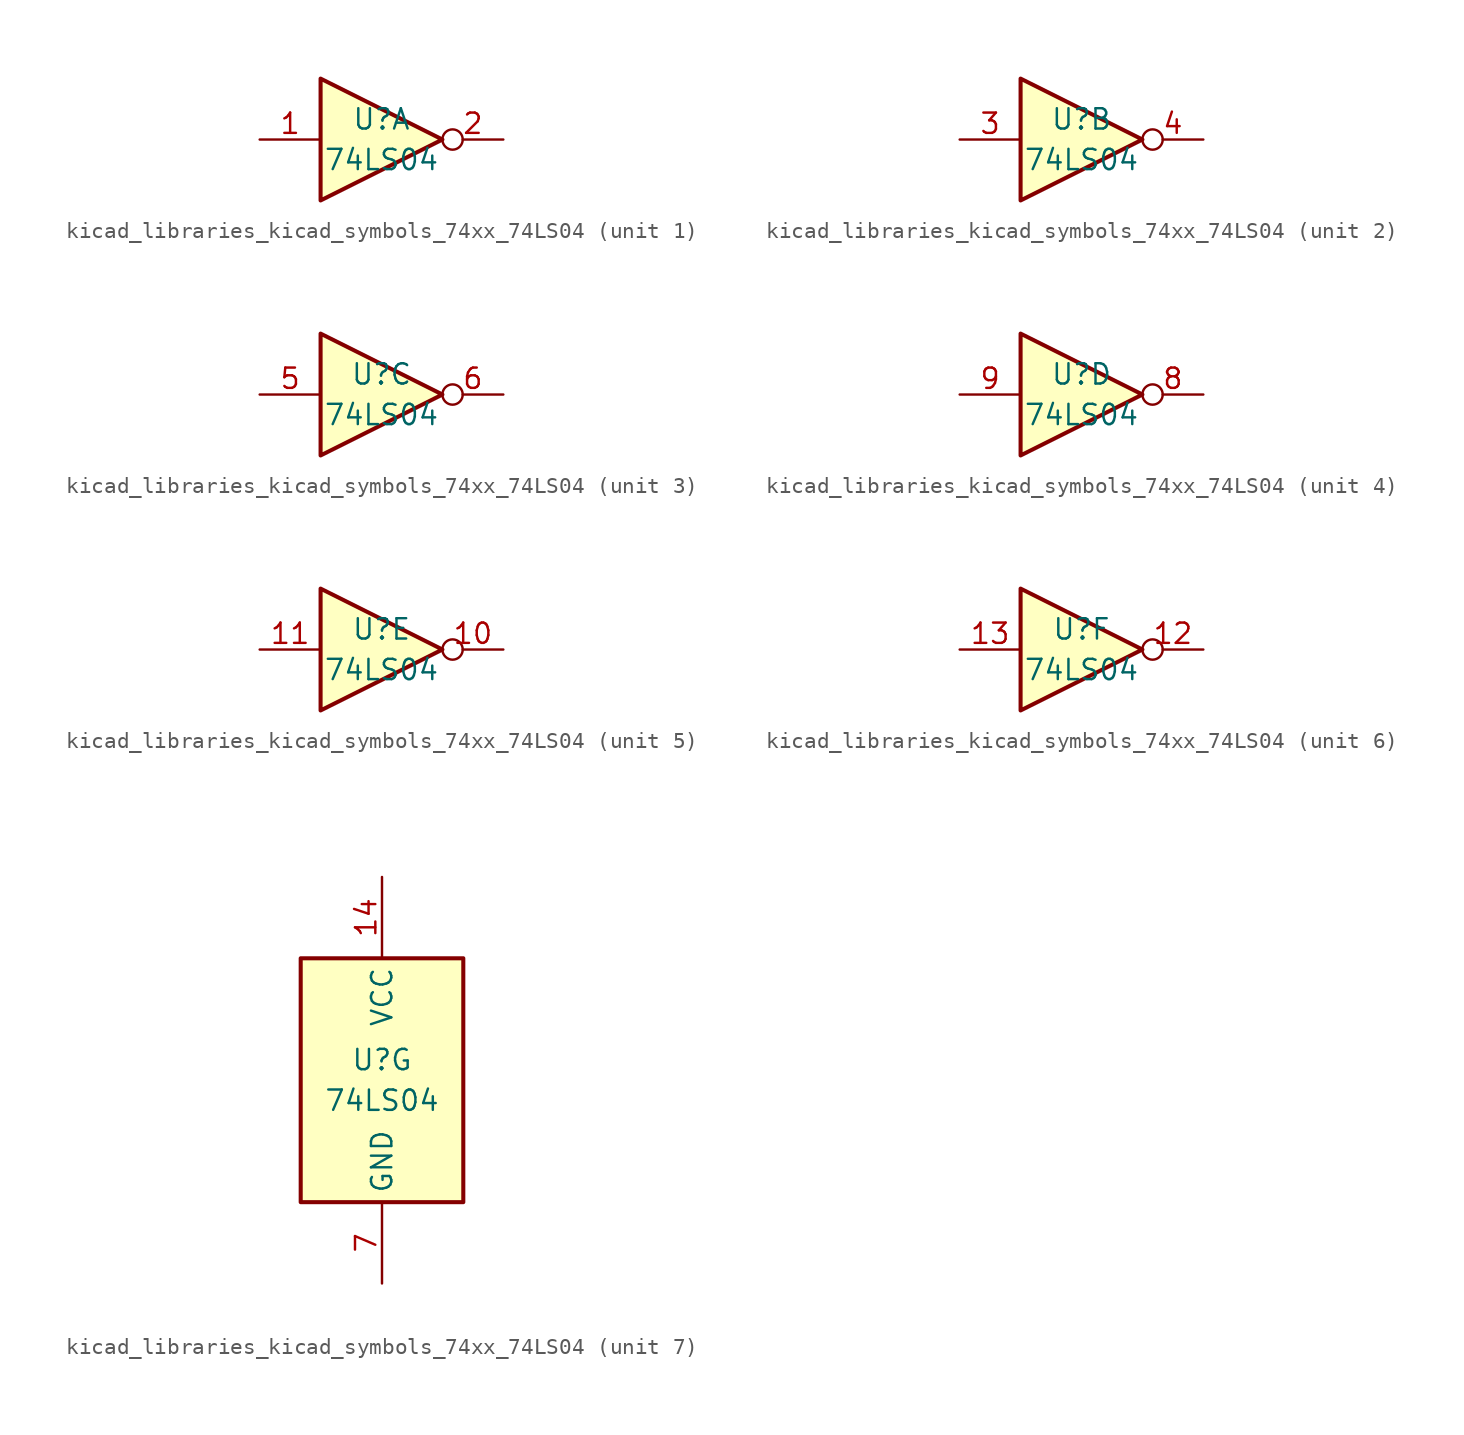
<source format=kicad_sym>
(kicad_symbol_lib
  (version 20220914)
  (generator kicad_symbol_editor)
  (symbol "kicad_libraries_kicad_symbols_74xx_74LS04"
    (property "Reference" "U"
      (at 0 1.27 0)
      (effects (font (size 1.27 1.27))))
    (property "Value" "74LS04"
      (at 0 -1.27 0)
      (effects (font (size 1.27 1.27))))
    (property "ki_locked" ""
      (at 0 0 0)
      (effects (font (size 1.27 1.27))))
    (symbol "kicad_libraries_kicad_symbols_74xx_74LS04_1_0"
      (polyline (pts (xy -3.81 3.81) (xy -3.81 -3.81) (xy 3.81 0) (xy -3.81 3.81)) (stroke (width 0.254) (type default)) (fill (type background)))
      (pin input line (at -7.62 0 0) (length 3.81) (name "~" (effects (font (size 1.27 1.27)))) (number "1" (effects (font (size 1.27 1.27)))))
      (pin output inverted (at 7.62 0 180) (length 3.81) (name "~" (effects (font (size 1.27 1.27)))) (number "2" (effects (font (size 1.27 1.27))))))
    (symbol "kicad_libraries_kicad_symbols_74xx_74LS04_2_0"
      (polyline (pts (xy -3.81 3.81) (xy -3.81 -3.81) (xy 3.81 0) (xy -3.81 3.81)) (stroke (width 0.254) (type default)) (fill (type background)))
      (pin input line (at -7.62 0 0) (length 3.81) (name "~" (effects (font (size 1.27 1.27)))) (number "3" (effects (font (size 1.27 1.27)))))
      (pin output inverted (at 7.62 0 180) (length 3.81) (name "~" (effects (font (size 1.27 1.27)))) (number "4" (effects (font (size 1.27 1.27))))))
    (symbol "kicad_libraries_kicad_symbols_74xx_74LS04_3_0"
      (polyline (pts (xy -3.81 3.81) (xy -3.81 -3.81) (xy 3.81 0) (xy -3.81 3.81)) (stroke (width 0.254) (type default)) (fill (type background)))
      (pin input line (at -7.62 0 0) (length 3.81) (name "~" (effects (font (size 1.27 1.27)))) (number "5" (effects (font (size 1.27 1.27)))))
      (pin output inverted (at 7.62 0 180) (length 3.81) (name "~" (effects (font (size 1.27 1.27)))) (number "6" (effects (font (size 1.27 1.27))))))
    (symbol "kicad_libraries_kicad_symbols_74xx_74LS04_4_0"
      (polyline (pts (xy -3.81 3.81) (xy -3.81 -3.81) (xy 3.81 0) (xy -3.81 3.81)) (stroke (width 0.254) (type default)) (fill (type background)))
      (pin output inverted (at 7.62 0 180) (length 3.81) (name "~" (effects (font (size 1.27 1.27)))) (number "8" (effects (font (size 1.27 1.27)))))
      (pin input line (at -7.62 0 0) (length 3.81) (name "~" (effects (font (size 1.27 1.27)))) (number "9" (effects (font (size 1.27 1.27))))))
    (symbol "kicad_libraries_kicad_symbols_74xx_74LS04_5_0"
      (polyline (pts (xy -3.81 3.81) (xy -3.81 -3.81) (xy 3.81 0) (xy -3.81 3.81)) (stroke (width 0.254) (type default)) (fill (type background)))
      (pin output inverted (at 7.62 0 180) (length 3.81) (name "~" (effects (font (size 1.27 1.27)))) (number "10" (effects (font (size 1.27 1.27)))))
      (pin input line (at -7.62 0 0) (length 3.81) (name "~" (effects (font (size 1.27 1.27)))) (number "11" (effects (font (size 1.27 1.27))))))
    (symbol "kicad_libraries_kicad_symbols_74xx_74LS04_6_0"
      (polyline (pts (xy -3.81 3.81) (xy -3.81 -3.81) (xy 3.81 0) (xy -3.81 3.81)) (stroke (width 0.254) (type default)) (fill (type background)))
      (pin output inverted (at 7.62 0 180) (length 3.81) (name "~" (effects (font (size 1.27 1.27)))) (number "12" (effects (font (size 1.27 1.27)))))
      (pin input line (at -7.62 0 0) (length 3.81) (name "~" (effects (font (size 1.27 1.27)))) (number "13" (effects (font (size 1.27 1.27))))))
    (symbol "kicad_libraries_kicad_symbols_74xx_74LS04_7_0"
      (pin power_in line (at 0 12.7 270) (length 5.08) (name "VCC" (effects (font (size 1.27 1.27)))) (number "14" (effects (font (size 1.27 1.27)))))
      (pin power_in line (at 0 -12.7 90) (length 5.08) (name "GND" (effects (font (size 1.27 1.27)))) (number "7" (effects (font (size 1.27 1.27))))))
    (symbol "kicad_libraries_kicad_symbols_74xx_74LS04_7_1"
      (rectangle (start -5.08 7.62) (end 5.08 -7.62) (stroke (width 0.254) (type default)) (fill (type background))))))
</source>
